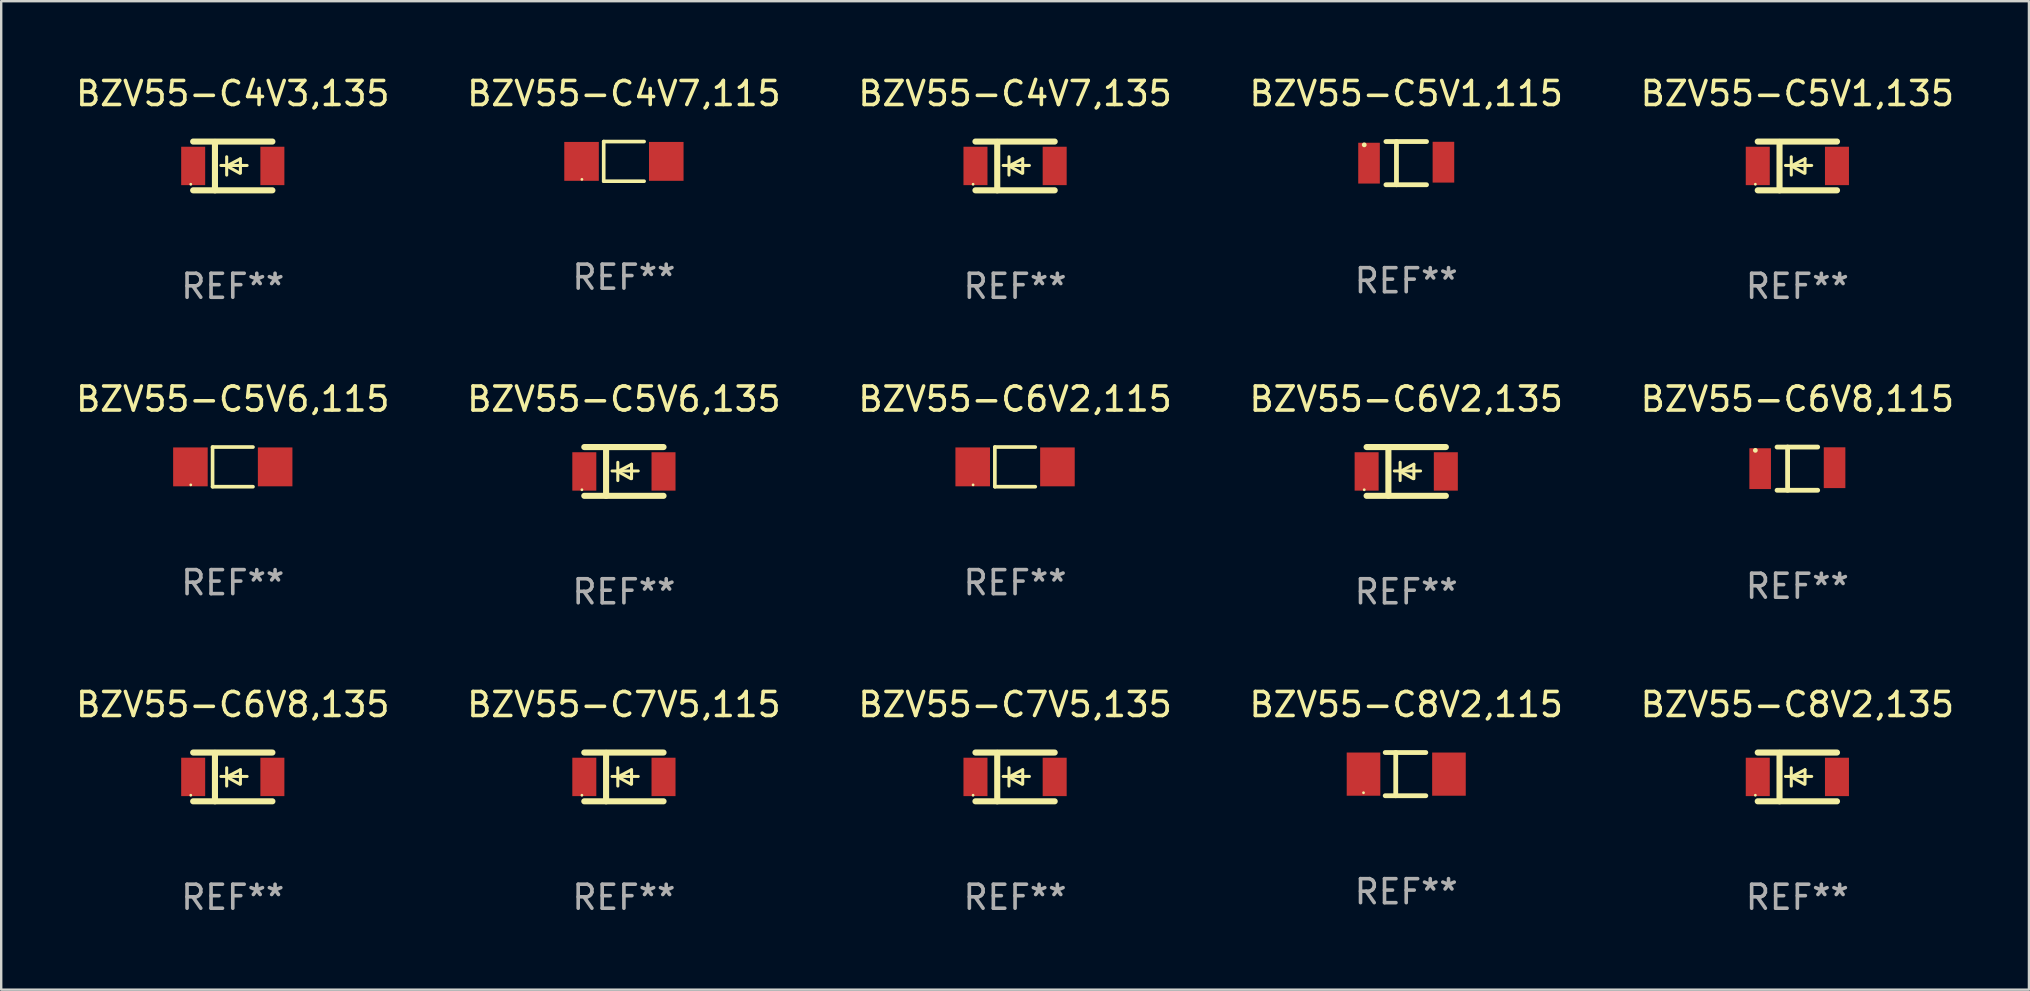
<source format=kicad_pcb>
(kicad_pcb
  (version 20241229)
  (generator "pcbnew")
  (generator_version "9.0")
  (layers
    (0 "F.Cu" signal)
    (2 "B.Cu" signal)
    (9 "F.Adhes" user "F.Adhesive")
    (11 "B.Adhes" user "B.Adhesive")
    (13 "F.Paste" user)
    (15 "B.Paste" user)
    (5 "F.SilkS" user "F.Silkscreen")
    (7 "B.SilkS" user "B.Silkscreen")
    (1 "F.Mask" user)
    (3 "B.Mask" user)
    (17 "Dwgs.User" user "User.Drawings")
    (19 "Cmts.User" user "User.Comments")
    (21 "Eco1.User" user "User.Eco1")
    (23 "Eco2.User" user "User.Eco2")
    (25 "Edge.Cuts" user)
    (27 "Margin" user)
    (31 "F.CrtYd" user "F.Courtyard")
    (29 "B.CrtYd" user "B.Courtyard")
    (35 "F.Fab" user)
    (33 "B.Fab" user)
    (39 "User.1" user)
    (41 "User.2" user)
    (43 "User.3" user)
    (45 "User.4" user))
  (footprint "BZV55-C4V3,135"
    (layer "F.Cu")
    (at 6.649 3.864)
    (property "Reference" "BZV55-C4V3,135" (at 0 -3.016 0) (layer "F.SilkS") (effects (font (size 1 1) (thickness 0.15))))
    (attr through_hole)
    (fp_line (start -1.651 -1.016) (end 1.651 -1.016) (stroke (width 0.254) (type solid)) (layer "F.SilkS"))
    (fp_line (start -1.651 1.016) (end 1.651 1.016) (stroke (width 0.254) (type solid)) (layer "F.SilkS"))
    (fp_line (start -0.743 -1) (end -0.743 1.016) (stroke (width 0.254) (type solid)) (layer "F.SilkS"))
    (fp_line (start -0.495 -0.02) (end 0.597 -0.02) (stroke (width 0.127) (type solid)) (layer "F.SilkS"))
    (fp_line (start -0.254 0) (end -0.254 -0.381) (stroke (width 0.127) (type solid)) (layer "F.SilkS"))
    (fp_line (start -0.254 0) (end -0.254 0.381) (stroke (width 0.127) (type solid)) (layer "F.SilkS"))
    (fp_line (start 0.288 0.301) (end -0.254 0) (stroke (width 0.127) (type solid)) (layer "F.SilkS"))
    (fp_line (start 0.318 -0.299) (end -0.254 0) (stroke (width 0.127) (type solid)) (layer "F.SilkS"))
    (fp_line (start 0.318 -0.299) (end 0.318 0.301) (stroke (width 0.127) (type solid)) (layer "F.SilkS"))
    (fp_circle (center -1.75 0.763) (end -1.72 0.763) (stroke (width 0.06) (type solid)) (fill no) (layer "F.SilkS"))
    (fp_text user "REF**" (at 0 5.016 0) (layer "F.Fab") (effects (font (size 1 1) (thickness 0.15))))
    (pad "1" smd rect (at -1.65 0 90) (size 1.6 1) (layers "F.Cu" "F.Mask" "F.Paste"))
    (pad "2" smd rect (at 1.65 0 90) (size 1.6 1) (layers "F.Cu" "F.Mask" "F.Paste")))
  (footprint "BZV55-C5V1,115"
    (layer "F.Cu")
    (at 55.542 3.748)
    (property "Reference" "BZV55-C5V1,115" (at 0 -2.9 0) (layer "F.SilkS") (effects (font (size 1 1) (thickness 0.15))))
    (attr through_hole)
    (fp_line (start -0.846 -0.9) (end 0.846 -0.9) (stroke (width 0.2) (type solid)) (layer "F.SilkS"))
    (fp_line (start -0.846 0.9) (end 0.846 0.9) (stroke (width 0.2) (type solid)) (layer "F.SilkS"))
    (fp_line (start -0.407 -0.9) (end -0.407 0.9) (stroke (width 0.2) (type solid)) (layer "F.SilkS"))
    (fp_circle (center -1.75 -0.763) (end -1.7 -0.763) (stroke (width 0.1) (type solid)) (fill no) (layer "F.SilkS"))
    (fp_text user "REF**" (at 0 4.9 0) (layer "F.Fab") (effects (font (size 1 1) (thickness 0.15))))
    (pad "1" smd rect (at -1.55 0.000127 180) (size 0.9 1.7) (layers "F.Cu" "F.Mask" "F.Paste"))
    (pad "2" smd rect (at 1.55 -0.04 180) (size 0.9 1.7) (layers "F.Cu" "F.Mask" "F.Paste")))
  (footprint "BZV55-C6V2,115"
    (layer "F.Cu")
    (at 39.244 16.403)
    (property "Reference" "BZV55-C6V2,115" (at 0 -2.826 0) (layer "F.SilkS") (effects (font (size 1 1) (thickness 0.15))))
    (attr through_hole)
    (fp_line (start -0.842 -0.826) (end -0.842 0.826) (stroke (width 0.152) (type solid)) (layer "F.SilkS"))
    (fp_line (start -0.842 -0.826) (end 0.842 -0.826) (stroke (width 0.152) (type solid)) (layer "F.SilkS"))
    (fp_line (start -0.842 0.826) (end 0.842 0.826) (stroke (width 0.152) (type solid)) (layer "F.SilkS"))
    (fp_circle (center -1.75 0.75) (end -1.72 0.75) (stroke (width 0.06) (type solid)) (fill no) (layer "F.SilkS"))
    (fp_text user "REF**" (at 0 4.826 0) (layer "F.Fab") (effects (font (size 1 1) (thickness 0.15))))
    (pad "1" smd rect (at -1.765 0) (size 1.44 1.62) (layers "F.Cu" "F.Mask" "F.Paste"))
    (pad "2" smd rect (at 1.765 0) (size 1.44 1.62) (layers "F.Cu" "F.Mask" "F.Paste")))
  (footprint "BZV55-C6V8,135"
    (layer "F.Cu")
    (at 6.649 29.321)
    (property "Reference" "BZV55-C6V8,135" (at 0 -3.016 0) (layer "F.SilkS") (effects (font (size 1 1) (thickness 0.15))))
    (attr through_hole)
    (fp_line (start -1.651 -1.016) (end 1.651 -1.016) (stroke (width 0.254) (type solid)) (layer "F.SilkS"))
    (fp_line (start -1.651 1.016) (end 1.651 1.016) (stroke (width 0.254) (type solid)) (layer "F.SilkS"))
    (fp_line (start -0.743 -1) (end -0.743 1.016) (stroke (width 0.254) (type solid)) (layer "F.SilkS"))
    (fp_line (start -0.495 -0.02) (end 0.597 -0.02) (stroke (width 0.127) (type solid)) (layer "F.SilkS"))
    (fp_line (start -0.254 0) (end -0.254 -0.381) (stroke (width 0.127) (type solid)) (layer "F.SilkS"))
    (fp_line (start -0.254 0) (end -0.254 0.381) (stroke (width 0.127) (type solid)) (layer "F.SilkS"))
    (fp_line (start 0.288 0.301) (end -0.254 0) (stroke (width 0.127) (type solid)) (layer "F.SilkS"))
    (fp_line (start 0.318 -0.299) (end -0.254 0) (stroke (width 0.127) (type solid)) (layer "F.SilkS"))
    (fp_line (start 0.318 -0.299) (end 0.318 0.301) (stroke (width 0.127) (type solid)) (layer "F.SilkS"))
    (fp_circle (center -1.75 0.763) (end -1.72 0.763) (stroke (width 0.06) (type solid)) (fill no) (layer "F.SilkS"))
    (fp_text user "REF**" (at 0 5.016 0) (layer "F.Fab") (effects (font (size 1 1) (thickness 0.15))))
    (pad "1" smd rect (at -1.65 0 90) (size 1.6 1) (layers "F.Cu" "F.Mask" "F.Paste"))
    (pad "2" smd rect (at 1.65 0 90) (size 1.6 1) (layers "F.Cu" "F.Mask" "F.Paste")))
  (footprint "BZV55-C5V6,135"
    (layer "F.Cu")
    (at 22.946 16.593)
    (property "Reference" "BZV55-C5V6,135" (at 0 -3.016 0) (layer "F.SilkS") (effects (font (size 1 1) (thickness 0.15))))
    (attr through_hole)
    (fp_line (start -1.651 -1.016) (end 1.651 -1.016) (stroke (width 0.254) (type solid)) (layer "F.SilkS"))
    (fp_line (start -1.651 1.016) (end 1.651 1.016) (stroke (width 0.254) (type solid)) (layer "F.SilkS"))
    (fp_line (start -0.743 -1) (end -0.743 1.016) (stroke (width 0.254) (type solid)) (layer "F.SilkS"))
    (fp_line (start -0.495 -0.02) (end 0.597 -0.02) (stroke (width 0.127) (type solid)) (layer "F.SilkS"))
    (fp_line (start -0.254 0) (end -0.254 -0.381) (stroke (width 0.127) (type solid)) (layer "F.SilkS"))
    (fp_line (start -0.254 0) (end -0.254 0.381) (stroke (width 0.127) (type solid)) (layer "F.SilkS"))
    (fp_line (start 0.288 0.301) (end -0.254 0) (stroke (width 0.127) (type solid)) (layer "F.SilkS"))
    (fp_line (start 0.318 -0.299) (end -0.254 0) (stroke (width 0.127) (type solid)) (layer "F.SilkS"))
    (fp_line (start 0.318 -0.299) (end 0.318 0.301) (stroke (width 0.127) (type solid)) (layer "F.SilkS"))
    (fp_circle (center -1.75 0.763) (end -1.72 0.763) (stroke (width 0.06) (type solid)) (fill no) (layer "F.SilkS"))
    (fp_text user "REF**" (at 0 5.016 0) (layer "F.Fab") (effects (font (size 1 1) (thickness 0.15))))
    (pad "1" smd rect (at -1.65 0 90) (size 1.6 1) (layers "F.Cu" "F.Mask" "F.Paste"))
    (pad "2" smd rect (at 1.65 0 90) (size 1.6 1) (layers "F.Cu" "F.Mask" "F.Paste")))
  (footprint "BZV55-C7V5,135"
    (layer "F.Cu")
    (at 39.244 29.321)
    (property "Reference" "BZV55-C7V5,135" (at 0 -3.016 0) (layer "F.SilkS") (effects (font (size 1 1) (thickness 0.15))))
    (attr through_hole)
    (fp_line (start -1.651 -1.016) (end 1.651 -1.016) (stroke (width 0.254) (type solid)) (layer "F.SilkS"))
    (fp_line (start -1.651 1.016) (end 1.651 1.016) (stroke (width 0.254) (type solid)) (layer "F.SilkS"))
    (fp_line (start -0.743 -1) (end -0.743 1.016) (stroke (width 0.254) (type solid)) (layer "F.SilkS"))
    (fp_line (start -0.495 -0.02) (end 0.597 -0.02) (stroke (width 0.127) (type solid)) (layer "F.SilkS"))
    (fp_line (start -0.254 0) (end -0.254 -0.381) (stroke (width 0.127) (type solid)) (layer "F.SilkS"))
    (fp_line (start -0.254 0) (end -0.254 0.381) (stroke (width 0.127) (type solid)) (layer "F.SilkS"))
    (fp_line (start 0.288 0.301) (end -0.254 0) (stroke (width 0.127) (type solid)) (layer "F.SilkS"))
    (fp_line (start 0.318 -0.299) (end -0.254 0) (stroke (width 0.127) (type solid)) (layer "F.SilkS"))
    (fp_line (start 0.318 -0.299) (end 0.318 0.301) (stroke (width 0.127) (type solid)) (layer "F.SilkS"))
    (fp_circle (center -1.75 0.763) (end -1.72 0.763) (stroke (width 0.06) (type solid)) (fill no) (layer "F.SilkS"))
    (fp_text user "REF**" (at 0 5.016 0) (layer "F.Fab") (effects (font (size 1 1) (thickness 0.15))))
    (pad "1" smd rect (at -1.65 0 90) (size 1.6 1) (layers "F.Cu" "F.Mask" "F.Paste"))
    (pad "2" smd rect (at 1.65 0 90) (size 1.6 1) (layers "F.Cu" "F.Mask" "F.Paste")))
  (footprint "BZV55-C8V2,115"
    (layer "F.Cu")
    (at 55.542 29.205)
    (property "Reference" "BZV55-C8V2,115" (at 0 -2.9 0) (layer "F.SilkS") (effects (font (size 1 1) (thickness 0.15))))
    (attr through_hole)
    (fp_line (start -0.876 -0.9) (end 0.816 -0.9) (stroke (width 0.2) (type solid)) (layer "F.SilkS"))
    (fp_line (start -0.876 0.9) (end 0.816 0.9) (stroke (width 0.2) (type solid)) (layer "F.SilkS"))
    (fp_line (start -0.437 -0.9) (end -0.437 0.9) (stroke (width 0.2) (type solid)) (layer "F.SilkS"))
    (fp_circle (center -1.78 0.775) (end -1.75 0.775) (stroke (width 0.06) (type solid)) (fill no) (layer "F.SilkS"))
    (fp_text user "REF**" (at 0 4.9 0) (layer "F.Fab") (effects (font (size 1 1) (thickness 0.15))))
    (pad "1" smd rect (at -1.78 0.000127 180) (size 1.4 1.8) (layers "F.Cu" "F.Mask" "F.Paste"))
    (pad "2" smd rect (at 1.78 0.000127 180) (size 1.4 1.8) (layers "F.Cu" "F.Mask" "F.Paste")))
  (footprint "BZV55-C7V5,115"
    (layer "F.Cu")
    (at 22.946 29.321)
    (property "Reference" "BZV55-C7V5,115" (at 0 -3.016 0) (layer "F.SilkS") (effects (font (size 1 1) (thickness 0.15))))
    (attr through_hole)
    (fp_line (start -1.651 -1.016) (end 1.651 -1.016) (stroke (width 0.254) (type solid)) (layer "F.SilkS"))
    (fp_line (start -1.651 1.016) (end 1.651 1.016) (stroke (width 0.254) (type solid)) (layer "F.SilkS"))
    (fp_line (start -0.743 -1) (end -0.743 1.016) (stroke (width 0.254) (type solid)) (layer "F.SilkS"))
    (fp_line (start -0.495 -0.02) (end 0.597 -0.02) (stroke (width 0.127) (type solid)) (layer "F.SilkS"))
    (fp_line (start -0.254 0) (end -0.254 -0.381) (stroke (width 0.127) (type solid)) (layer "F.SilkS"))
    (fp_line (start -0.254 0) (end -0.254 0.381) (stroke (width 0.127) (type solid)) (layer "F.SilkS"))
    (fp_line (start 0.288 0.301) (end -0.254 0) (stroke (width 0.127) (type solid)) (layer "F.SilkS"))
    (fp_line (start 0.318 -0.299) (end -0.254 0) (stroke (width 0.127) (type solid)) (layer "F.SilkS"))
    (fp_line (start 0.318 -0.299) (end 0.318 0.301) (stroke (width 0.127) (type solid)) (layer "F.SilkS"))
    (fp_circle (center -1.75 0.763) (end -1.72 0.763) (stroke (width 0.06) (type solid)) (fill no) (layer "F.SilkS"))
    (fp_text user "REF**" (at 0 5.016 0) (layer "F.Fab") (effects (font (size 1 1) (thickness 0.15))))
    (pad "1" smd rect (at -1.65 0 90) (size 1.6 1) (layers "F.Cu" "F.Mask" "F.Paste"))
    (pad "2" smd rect (at 1.65 0 90) (size 1.6 1) (layers "F.Cu" "F.Mask" "F.Paste")))
  (footprint "BZV55-C6V8,115"
    (layer "F.Cu")
    (at 71.839 16.477)
    (property "Reference" "BZV55-C6V8,115" (at 0 -2.9 0) (layer "F.SilkS") (effects (font (size 1 1) (thickness 0.15))))
    (attr through_hole)
    (fp_line (start -0.846 -0.9) (end 0.846 -0.9) (stroke (width 0.2) (type solid)) (layer "F.SilkS"))
    (fp_line (start -0.846 0.9) (end 0.846 0.9) (stroke (width 0.2) (type solid)) (layer "F.SilkS"))
    (fp_line (start -0.407 -0.9) (end -0.407 0.9) (stroke (width 0.2) (type solid)) (layer "F.SilkS"))
    (fp_circle (center -1.75 -0.763) (end -1.7 -0.763) (stroke (width 0.1) (type solid)) (fill no) (layer "F.SilkS"))
    (fp_text user "REF**" (at 0 4.9 0) (layer "F.Fab") (effects (font (size 1 1) (thickness 0.15))))
    (pad "1" smd rect (at -1.55 0.000127 180) (size 0.9 1.7) (layers "F.Cu" "F.Mask" "F.Paste"))
    (pad "2" smd rect (at 1.55 -0.04 180) (size 0.9 1.7) (layers "F.Cu" "F.Mask" "F.Paste")))
  (footprint "BZV55-C4V7,115"
    (layer "F.Cu")
    (at 22.946 3.674)
    (property "Reference" "BZV55-C4V7,115" (at 0 -2.826 0) (layer "F.SilkS") (effects (font (size 1 1) (thickness 0.15))))
    (attr through_hole)
    (fp_line (start -0.842 -0.826) (end -0.842 0.826) (stroke (width 0.152) (type solid)) (layer "F.SilkS"))
    (fp_line (start -0.842 -0.826) (end 0.842 -0.826) (stroke (width 0.152) (type solid)) (layer "F.SilkS"))
    (fp_line (start -0.842 0.826) (end 0.842 0.826) (stroke (width 0.152) (type solid)) (layer "F.SilkS"))
    (fp_circle (center -1.75 0.75) (end -1.72 0.75) (stroke (width 0.06) (type solid)) (fill no) (layer "F.SilkS"))
    (fp_text user "REF**" (at 0 4.826 0) (layer "F.Fab") (effects (font (size 1 1) (thickness 0.15))))
    (pad "1" smd rect (at -1.765 0) (size 1.44 1.62) (layers "F.Cu" "F.Mask" "F.Paste"))
    (pad "2" smd rect (at 1.765 0) (size 1.44 1.62) (layers "F.Cu" "F.Mask" "F.Paste")))
  (footprint "BZV55-C8V2,135"
    (layer "F.Cu")
    (at 71.839 29.321)
    (property "Reference" "BZV55-C8V2,135" (at 0 -3.016 0) (layer "F.SilkS") (effects (font (size 1 1) (thickness 0.15))))
    (attr through_hole)
    (fp_line (start -1.651 -1.016) (end 1.651 -1.016) (stroke (width 0.254) (type solid)) (layer "F.SilkS"))
    (fp_line (start -1.651 1.016) (end 1.651 1.016) (stroke (width 0.254) (type solid)) (layer "F.SilkS"))
    (fp_line (start -0.743 -1) (end -0.743 1.016) (stroke (width 0.254) (type solid)) (layer "F.SilkS"))
    (fp_line (start -0.495 -0.02) (end 0.597 -0.02) (stroke (width 0.127) (type solid)) (layer "F.SilkS"))
    (fp_line (start -0.254 0) (end -0.254 -0.381) (stroke (width 0.127) (type solid)) (layer "F.SilkS"))
    (fp_line (start -0.254 0) (end -0.254 0.381) (stroke (width 0.127) (type solid)) (layer "F.SilkS"))
    (fp_line (start 0.288 0.301) (end -0.254 0) (stroke (width 0.127) (type solid)) (layer "F.SilkS"))
    (fp_line (start 0.318 -0.299) (end -0.254 0) (stroke (width 0.127) (type solid)) (layer "F.SilkS"))
    (fp_line (start 0.318 -0.299) (end 0.318 0.301) (stroke (width 0.127) (type solid)) (layer "F.SilkS"))
    (fp_circle (center -1.75 0.763) (end -1.72 0.763) (stroke (width 0.06) (type solid)) (fill no) (layer "F.SilkS"))
    (fp_text user "REF**" (at 0 5.016 0) (layer "F.Fab") (effects (font (size 1 1) (thickness 0.15))))
    (pad "1" smd rect (at -1.65 0 90) (size 1.6 1) (layers "F.Cu" "F.Mask" "F.Paste"))
    (pad "2" smd rect (at 1.65 0 90) (size 1.6 1) (layers "F.Cu" "F.Mask" "F.Paste")))
  (footprint "BZV55-C6V2,135"
    (layer "F.Cu")
    (at 55.542 16.593)
    (property "Reference" "BZV55-C6V2,135" (at 0 -3.016 0) (layer "F.SilkS") (effects (font (size 1 1) (thickness 0.15))))
    (attr through_hole)
    (fp_line (start -1.651 -1.016) (end 1.651 -1.016) (stroke (width 0.254) (type solid)) (layer "F.SilkS"))
    (fp_line (start -1.651 1.016) (end 1.651 1.016) (stroke (width 0.254) (type solid)) (layer "F.SilkS"))
    (fp_line (start -0.743 -1) (end -0.743 1.016) (stroke (width 0.254) (type solid)) (layer "F.SilkS"))
    (fp_line (start -0.495 -0.02) (end 0.597 -0.02) (stroke (width 0.127) (type solid)) (layer "F.SilkS"))
    (fp_line (start -0.254 0) (end -0.254 -0.381) (stroke (width 0.127) (type solid)) (layer "F.SilkS"))
    (fp_line (start -0.254 0) (end -0.254 0.381) (stroke (width 0.127) (type solid)) (layer "F.SilkS"))
    (fp_line (start 0.288 0.301) (end -0.254 0) (stroke (width 0.127) (type solid)) (layer "F.SilkS"))
    (fp_line (start 0.318 -0.299) (end -0.254 0) (stroke (width 0.127) (type solid)) (layer "F.SilkS"))
    (fp_line (start 0.318 -0.299) (end 0.318 0.301) (stroke (width 0.127) (type solid)) (layer "F.SilkS"))
    (fp_circle (center -1.75 0.763) (end -1.72 0.763) (stroke (width 0.06) (type solid)) (fill no) (layer "F.SilkS"))
    (fp_text user "REF**" (at 0 5.016 0) (layer "F.Fab") (effects (font (size 1 1) (thickness 0.15))))
    (pad "1" smd rect (at -1.65 0 90) (size 1.6 1) (layers "F.Cu" "F.Mask" "F.Paste"))
    (pad "2" smd rect (at 1.65 0 90) (size 1.6 1) (layers "F.Cu" "F.Mask" "F.Paste")))
  (footprint "BZV55-C4V7,135"
    (layer "F.Cu")
    (at 39.244 3.864)
    (property "Reference" "BZV55-C4V7,135" (at 0 -3.016 0) (layer "F.SilkS") (effects (font (size 1 1) (thickness 0.15))))
    (attr through_hole)
    (fp_line (start -1.651 -1.016) (end 1.651 -1.016) (stroke (width 0.254) (type solid)) (layer "F.SilkS"))
    (fp_line (start -1.651 1.016) (end 1.651 1.016) (stroke (width 0.254) (type solid)) (layer "F.SilkS"))
    (fp_line (start -0.743 -1) (end -0.743 1.016) (stroke (width 0.254) (type solid)) (layer "F.SilkS"))
    (fp_line (start -0.495 -0.02) (end 0.597 -0.02) (stroke (width 0.127) (type solid)) (layer "F.SilkS"))
    (fp_line (start -0.254 0) (end -0.254 -0.381) (stroke (width 0.127) (type solid)) (layer "F.SilkS"))
    (fp_line (start -0.254 0) (end -0.254 0.381) (stroke (width 0.127) (type solid)) (layer "F.SilkS"))
    (fp_line (start 0.288 0.301) (end -0.254 0) (stroke (width 0.127) (type solid)) (layer "F.SilkS"))
    (fp_line (start 0.318 -0.299) (end -0.254 0) (stroke (width 0.127) (type solid)) (layer "F.SilkS"))
    (fp_line (start 0.318 -0.299) (end 0.318 0.301) (stroke (width 0.127) (type solid)) (layer "F.SilkS"))
    (fp_circle (center -1.75 0.763) (end -1.72 0.763) (stroke (width 0.06) (type solid)) (fill no) (layer "F.SilkS"))
    (fp_text user "REF**" (at 0 5.016 0) (layer "F.Fab") (effects (font (size 1 1) (thickness 0.15))))
    (pad "1" smd rect (at -1.65 0 90) (size 1.6 1) (layers "F.Cu" "F.Mask" "F.Paste"))
    (pad "2" smd rect (at 1.65 0 90) (size 1.6 1) (layers "F.Cu" "F.Mask" "F.Paste")))
  (footprint "BZV55-C5V6,115"
    (layer "F.Cu")
    (at 6.649 16.403)
    (property "Reference" "BZV55-C5V6,115" (at 0 -2.826 0) (layer "F.SilkS") (effects (font (size 1 1) (thickness 0.15))))
    (attr through_hole)
    (fp_line (start -0.842 -0.826) (end -0.842 0.826) (stroke (width 0.152) (type solid)) (layer "F.SilkS"))
    (fp_line (start -0.842 -0.826) (end 0.842 -0.826) (stroke (width 0.152) (type solid)) (layer "F.SilkS"))
    (fp_line (start -0.842 0.826) (end 0.842 0.826) (stroke (width 0.152) (type solid)) (layer "F.SilkS"))
    (fp_circle (center -1.75 0.75) (end -1.72 0.75) (stroke (width 0.06) (type solid)) (fill no) (layer "F.SilkS"))
    (fp_text user "REF**" (at 0 4.826 0) (layer "F.Fab") (effects (font (size 1 1) (thickness 0.15))))
    (pad "1" smd rect (at -1.765 0) (size 1.44 1.62) (layers "F.Cu" "F.Mask" "F.Paste"))
    (pad "2" smd rect (at 1.765 0) (size 1.44 1.62) (layers "F.Cu" "F.Mask" "F.Paste")))
  (footprint "BZV55-C5V1,135"
    (layer "F.Cu")
    (at 71.839 3.864)
    (property "Reference" "BZV55-C5V1,135" (at 0 -3.016 0) (layer "F.SilkS") (effects (font (size 1 1) (thickness 0.15))))
    (attr through_hole)
    (fp_line (start -1.651 -1.016) (end 1.651 -1.016) (stroke (width 0.254) (type solid)) (layer "F.SilkS"))
    (fp_line (start -1.651 1.016) (end 1.651 1.016) (stroke (width 0.254) (type solid)) (layer "F.SilkS"))
    (fp_line (start -0.743 -1) (end -0.743 1.016) (stroke (width 0.254) (type solid)) (layer "F.SilkS"))
    (fp_line (start -0.495 -0.02) (end 0.597 -0.02) (stroke (width 0.127) (type solid)) (layer "F.SilkS"))
    (fp_line (start -0.254 0) (end -0.254 -0.381) (stroke (width 0.127) (type solid)) (layer "F.SilkS"))
    (fp_line (start -0.254 0) (end -0.254 0.381) (stroke (width 0.127) (type solid)) (layer "F.SilkS"))
    (fp_line (start 0.288 0.301) (end -0.254 0) (stroke (width 0.127) (type solid)) (layer "F.SilkS"))
    (fp_line (start 0.318 -0.299) (end -0.254 0) (stroke (width 0.127) (type solid)) (layer "F.SilkS"))
    (fp_line (start 0.318 -0.299) (end 0.318 0.301) (stroke (width 0.127) (type solid)) (layer "F.SilkS"))
    (fp_circle (center -1.75 0.763) (end -1.72 0.763) (stroke (width 0.06) (type solid)) (fill no) (layer "F.SilkS"))
    (fp_text user "REF**" (at 0 5.016 0) (layer "F.Fab") (effects (font (size 1 1) (thickness 0.15))))
    (pad "1" smd rect (at -1.65 0 90) (size 1.6 1) (layers "F.Cu" "F.Mask" "F.Paste"))
    (pad "2" smd rect (at 1.65 0 90) (size 1.6 1) (layers "F.Cu" "F.Mask" "F.Paste")))
  (gr_rect
    (start -3 -3)
    (end 81.488 38.186)
    (stroke (width 0.1) (type default))
    (fill no)
    (layer "Edge.Cuts")))
</source>
